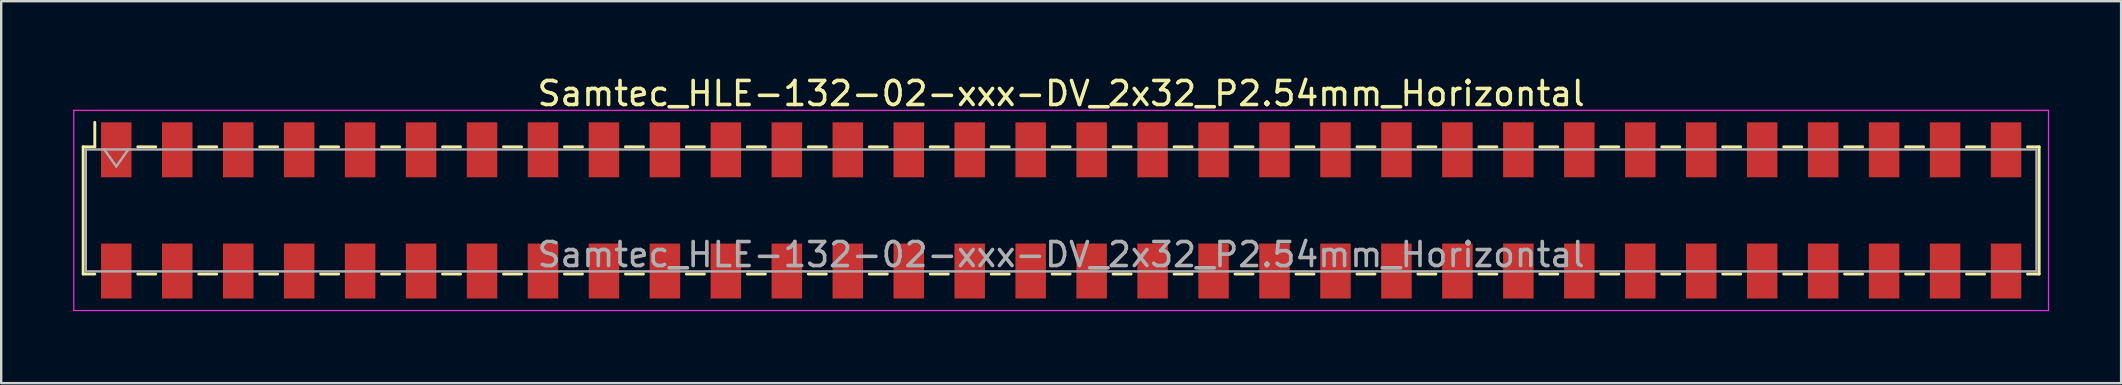
<source format=kicad_pcb>
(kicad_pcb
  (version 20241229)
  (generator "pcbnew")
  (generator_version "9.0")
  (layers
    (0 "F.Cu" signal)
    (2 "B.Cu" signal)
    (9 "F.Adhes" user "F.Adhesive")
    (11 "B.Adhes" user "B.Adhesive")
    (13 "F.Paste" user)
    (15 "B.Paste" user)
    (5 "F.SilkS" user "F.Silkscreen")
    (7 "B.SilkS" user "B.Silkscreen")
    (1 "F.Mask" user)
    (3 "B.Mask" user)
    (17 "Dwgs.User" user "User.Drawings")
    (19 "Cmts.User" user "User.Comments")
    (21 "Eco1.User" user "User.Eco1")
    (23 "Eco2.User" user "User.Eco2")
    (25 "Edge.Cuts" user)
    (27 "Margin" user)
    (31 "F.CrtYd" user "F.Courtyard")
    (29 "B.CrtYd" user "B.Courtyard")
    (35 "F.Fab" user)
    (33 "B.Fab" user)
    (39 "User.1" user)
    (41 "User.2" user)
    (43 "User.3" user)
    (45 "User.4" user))
  (footprint "Samtec_HLE-132-02-xxx-DV_2x32_P2.54mm_Horizontal"
    (layer "F.Cu")
    (at 41.165 5.718)
    (property "Reference" "Samtec_HLE-132-02-xxx-DV_2x32_P2.54mm_Horizontal" (at 0 -4.87 0) (layer "F.SilkS") (effects (font (size 1 1) (thickness 0.15))))
    (attr smd)
    (fp_line (start -40.75 -2.65) (end -40.75 2.65) (stroke (width 0.12) (type solid)) (layer "F.SilkS"))
    (fp_line (start -40.75 2.65) (end -40.265 2.65) (stroke (width 0.12) (type solid)) (layer "F.SilkS"))
    (fp_line (start -40.265 -3.67) (end -40.265 -2.65) (stroke (width 0.12) (type solid)) (layer "F.SilkS"))
    (fp_line (start -40.265 -2.65) (end -40.75 -2.65) (stroke (width 0.12) (type solid)) (layer "F.SilkS"))
    (fp_line (start -38.475 -2.65) (end -37.725 -2.65) (stroke (width 0.12) (type solid)) (layer "F.SilkS"))
    (fp_line (start -38.475 2.65) (end -37.725 2.65) (stroke (width 0.12) (type solid)) (layer "F.SilkS"))
    (fp_line (start -35.935 -2.65) (end -35.185 -2.65) (stroke (width 0.12) (type solid)) (layer "F.SilkS"))
    (fp_line (start -35.935 2.65) (end -35.185 2.65) (stroke (width 0.12) (type solid)) (layer "F.SilkS"))
    (fp_line (start -33.395 -2.65) (end -32.645 -2.65) (stroke (width 0.12) (type solid)) (layer "F.SilkS"))
    (fp_line (start -33.395 2.65) (end -32.645 2.65) (stroke (width 0.12) (type solid)) (layer "F.SilkS"))
    (fp_line (start -30.855 -2.65) (end -30.105 -2.65) (stroke (width 0.12) (type solid)) (layer "F.SilkS"))
    (fp_line (start -30.855 2.65) (end -30.105 2.65) (stroke (width 0.12) (type solid)) (layer "F.SilkS"))
    (fp_line (start -28.315 -2.65) (end -27.565 -2.65) (stroke (width 0.12) (type solid)) (layer "F.SilkS"))
    (fp_line (start -28.315 2.65) (end -27.565 2.65) (stroke (width 0.12) (type solid)) (layer "F.SilkS"))
    (fp_line (start -25.775 -2.65) (end -25.025 -2.65) (stroke (width 0.12) (type solid)) (layer "F.SilkS"))
    (fp_line (start -25.775 2.65) (end -25.025 2.65) (stroke (width 0.12) (type solid)) (layer "F.SilkS"))
    (fp_line (start -23.235 -2.65) (end -22.485 -2.65) (stroke (width 0.12) (type solid)) (layer "F.SilkS"))
    (fp_line (start -23.235 2.65) (end -22.485 2.65) (stroke (width 0.12) (type solid)) (layer "F.SilkS"))
    (fp_line (start -20.695 -2.65) (end -19.945 -2.65) (stroke (width 0.12) (type solid)) (layer "F.SilkS"))
    (fp_line (start -20.695 2.65) (end -19.945 2.65) (stroke (width 0.12) (type solid)) (layer "F.SilkS"))
    (fp_line (start -18.155 -2.65) (end -17.405 -2.65) (stroke (width 0.12) (type solid)) (layer "F.SilkS"))
    (fp_line (start -18.155 2.65) (end -17.405 2.65) (stroke (width 0.12) (type solid)) (layer "F.SilkS"))
    (fp_line (start -15.615 -2.65) (end -14.865 -2.65) (stroke (width 0.12) (type solid)) (layer "F.SilkS"))
    (fp_line (start -15.615 2.65) (end -14.865 2.65) (stroke (width 0.12) (type solid)) (layer "F.SilkS"))
    (fp_line (start -13.075 -2.65) (end -12.325 -2.65) (stroke (width 0.12) (type solid)) (layer "F.SilkS"))
    (fp_line (start -13.075 2.65) (end -12.325 2.65) (stroke (width 0.12) (type solid)) (layer "F.SilkS"))
    (fp_line (start -10.535 -2.65) (end -9.785 -2.65) (stroke (width 0.12) (type solid)) (layer "F.SilkS"))
    (fp_line (start -10.535 2.65) (end -9.785 2.65) (stroke (width 0.12) (type solid)) (layer "F.SilkS"))
    (fp_line (start -7.995 -2.65) (end -7.245 -2.65) (stroke (width 0.12) (type solid)) (layer "F.SilkS"))
    (fp_line (start -7.995 2.65) (end -7.245 2.65) (stroke (width 0.12) (type solid)) (layer "F.SilkS"))
    (fp_line (start -5.455 -2.65) (end -4.705 -2.65) (stroke (width 0.12) (type solid)) (layer "F.SilkS"))
    (fp_line (start -5.455 2.65) (end -4.705 2.65) (stroke (width 0.12) (type solid)) (layer "F.SilkS"))
    (fp_line (start -2.915 -2.65) (end -2.165 -2.65) (stroke (width 0.12) (type solid)) (layer "F.SilkS"))
    (fp_line (start -2.915 2.65) (end -2.165 2.65) (stroke (width 0.12) (type solid)) (layer "F.SilkS"))
    (fp_line (start -0.375 -2.65) (end 0.375 -2.65) (stroke (width 0.12) (type solid)) (layer "F.SilkS"))
    (fp_line (start -0.375 2.65) (end 0.375 2.65) (stroke (width 0.12) (type solid)) (layer "F.SilkS"))
    (fp_line (start 2.165 -2.65) (end 2.915 -2.65) (stroke (width 0.12) (type solid)) (layer "F.SilkS"))
    (fp_line (start 2.165 2.65) (end 2.915 2.65) (stroke (width 0.12) (type solid)) (layer "F.SilkS"))
    (fp_line (start 4.705 -2.65) (end 5.455 -2.65) (stroke (width 0.12) (type solid)) (layer "F.SilkS"))
    (fp_line (start 4.705 2.65) (end 5.455 2.65) (stroke (width 0.12) (type solid)) (layer "F.SilkS"))
    (fp_line (start 7.245 -2.65) (end 7.995 -2.65) (stroke (width 0.12) (type solid)) (layer "F.SilkS"))
    (fp_line (start 7.245 2.65) (end 7.995 2.65) (stroke (width 0.12) (type solid)) (layer "F.SilkS"))
    (fp_line (start 9.785 -2.65) (end 10.535 -2.65) (stroke (width 0.12) (type solid)) (layer "F.SilkS"))
    (fp_line (start 9.785 2.65) (end 10.535 2.65) (stroke (width 0.12) (type solid)) (layer "F.SilkS"))
    (fp_line (start 12.325 -2.65) (end 13.075 -2.65) (stroke (width 0.12) (type solid)) (layer "F.SilkS"))
    (fp_line (start 12.325 2.65) (end 13.075 2.65) (stroke (width 0.12) (type solid)) (layer "F.SilkS"))
    (fp_line (start 14.865 -2.65) (end 15.615 -2.65) (stroke (width 0.12) (type solid)) (layer "F.SilkS"))
    (fp_line (start 14.865 2.65) (end 15.615 2.65) (stroke (width 0.12) (type solid)) (layer "F.SilkS"))
    (fp_line (start 17.405 -2.65) (end 18.155 -2.65) (stroke (width 0.12) (type solid)) (layer "F.SilkS"))
    (fp_line (start 17.405 2.65) (end 18.155 2.65) (stroke (width 0.12) (type solid)) (layer "F.SilkS"))
    (fp_line (start 19.945 -2.65) (end 20.695 -2.65) (stroke (width 0.12) (type solid)) (layer "F.SilkS"))
    (fp_line (start 19.945 2.65) (end 20.695 2.65) (stroke (width 0.12) (type solid)) (layer "F.SilkS"))
    (fp_line (start 22.485 -2.65) (end 23.235 -2.65) (stroke (width 0.12) (type solid)) (layer "F.SilkS"))
    (fp_line (start 22.485 2.65) (end 23.235 2.65) (stroke (width 0.12) (type solid)) (layer "F.SilkS"))
    (fp_line (start 25.025 -2.65) (end 25.775 -2.65) (stroke (width 0.12) (type solid)) (layer "F.SilkS"))
    (fp_line (start 25.025 2.65) (end 25.775 2.65) (stroke (width 0.12) (type solid)) (layer "F.SilkS"))
    (fp_line (start 27.565 -2.65) (end 28.315 -2.65) (stroke (width 0.12) (type solid)) (layer "F.SilkS"))
    (fp_line (start 27.565 2.65) (end 28.315 2.65) (stroke (width 0.12) (type solid)) (layer "F.SilkS"))
    (fp_line (start 30.105 -2.65) (end 30.855 -2.65) (stroke (width 0.12) (type solid)) (layer "F.SilkS"))
    (fp_line (start 30.105 2.65) (end 30.855 2.65) (stroke (width 0.12) (type solid)) (layer "F.SilkS"))
    (fp_line (start 32.645 -2.65) (end 33.395 -2.65) (stroke (width 0.12) (type solid)) (layer "F.SilkS"))
    (fp_line (start 32.645 2.65) (end 33.395 2.65) (stroke (width 0.12) (type solid)) (layer "F.SilkS"))
    (fp_line (start 35.185 -2.65) (end 35.935 -2.65) (stroke (width 0.12) (type solid)) (layer "F.SilkS"))
    (fp_line (start 35.185 2.65) (end 35.935 2.65) (stroke (width 0.12) (type solid)) (layer "F.SilkS"))
    (fp_line (start 37.725 -2.65) (end 38.475 -2.65) (stroke (width 0.12) (type solid)) (layer "F.SilkS"))
    (fp_line (start 37.725 2.65) (end 38.475 2.65) (stroke (width 0.12) (type solid)) (layer "F.SilkS"))
    (fp_line (start 40.265 -2.65) (end 40.75 -2.65) (stroke (width 0.12) (type solid)) (layer "F.SilkS"))
    (fp_line (start 40.75 -2.65) (end 40.75 2.65) (stroke (width 0.12) (type solid)) (layer "F.SilkS"))
    (fp_line (start 40.75 2.65) (end 40.265 2.65) (stroke (width 0.12) (type solid)) (layer "F.SilkS"))
    (fp_line (start -41.14 -4.17) (end 41.14 -4.17) (stroke (width 0.05) (type solid)) (layer "F.CrtYd"))
    (fp_line (start -41.14 4.17) (end -41.14 -4.17) (stroke (width 0.05) (type solid)) (layer "F.CrtYd"))
    (fp_line (start 41.14 -4.17) (end 41.14 4.17) (stroke (width 0.05) (type solid)) (layer "F.CrtYd"))
    (fp_line (start 41.14 4.17) (end -41.14 4.17) (stroke (width 0.05) (type solid)) (layer "F.CrtYd"))
    (fp_line (start -40.64 -2.54) (end 40.64 -2.54) (stroke (width 0.1) (type solid)) (layer "F.Fab"))
    (fp_line (start -40.64 2.54) (end -40.64 -2.54) (stroke (width 0.1) (type solid)) (layer "F.Fab"))
    (fp_line (start -39.87 -2.54) (end -39.37 -1.833) (stroke (width 0.1) (type solid)) (layer "F.Fab"))
    (fp_line (start -39.37 -1.833) (end -38.87 -2.54) (stroke (width 0.1) (type solid)) (layer "F.Fab"))
    (fp_line (start 40.64 -2.54) (end 40.64 2.54) (stroke (width 0.1) (type solid)) (layer "F.Fab"))
    (fp_line (start 40.64 2.54) (end -40.64 2.54) (stroke (width 0.1) (type solid)) (layer "F.Fab"))
    (fp_text user "${REFERENCE}" (at 0 1.84 0) (layer "F.Fab") (effects (font (size 1 1) (thickness 0.15))))
    (pad "1" smd rect (at -39.37 -2.525) (size 1.27 2.29) (layers "F.Cu" "F.Mask" "F.Paste"))
    (pad "2" smd rect (at -39.37 2.525) (size 1.27 2.29) (layers "F.Cu" "F.Mask" "F.Paste"))
    (pad "3" smd rect (at -36.83 -2.525) (size 1.27 2.29) (layers "F.Cu" "F.Mask" "F.Paste"))
    (pad "4" smd rect (at -36.83 2.525) (size 1.27 2.29) (layers "F.Cu" "F.Mask" "F.Paste"))
    (pad "5" smd rect (at -34.29 -2.525) (size 1.27 2.29) (layers "F.Cu" "F.Mask" "F.Paste"))
    (pad "6" smd rect (at -34.29 2.525) (size 1.27 2.29) (layers "F.Cu" "F.Mask" "F.Paste"))
    (pad "7" smd rect (at -31.75 -2.525) (size 1.27 2.29) (layers "F.Cu" "F.Mask" "F.Paste"))
    (pad "8" smd rect (at -31.75 2.525) (size 1.27 2.29) (layers "F.Cu" "F.Mask" "F.Paste"))
    (pad "9" smd rect (at -29.21 -2.525) (size 1.27 2.29) (layers "F.Cu" "F.Mask" "F.Paste"))
    (pad "10" smd rect (at -29.21 2.525) (size 1.27 2.29) (layers "F.Cu" "F.Mask" "F.Paste"))
    (pad "11" smd rect (at -26.67 -2.525) (size 1.27 2.29) (layers "F.Cu" "F.Mask" "F.Paste"))
    (pad "12" smd rect (at -26.67 2.525) (size 1.27 2.29) (layers "F.Cu" "F.Mask" "F.Paste"))
    (pad "13" smd rect (at -24.13 -2.525) (size 1.27 2.29) (layers "F.Cu" "F.Mask" "F.Paste"))
    (pad "14" smd rect (at -24.13 2.525) (size 1.27 2.29) (layers "F.Cu" "F.Mask" "F.Paste"))
    (pad "15" smd rect (at -21.59 -2.525) (size 1.27 2.29) (layers "F.Cu" "F.Mask" "F.Paste"))
    (pad "16" smd rect (at -21.59 2.525) (size 1.27 2.29) (layers "F.Cu" "F.Mask" "F.Paste"))
    (pad "17" smd rect (at -19.05 -2.525) (size 1.27 2.29) (layers "F.Cu" "F.Mask" "F.Paste"))
    (pad "18" smd rect (at -19.05 2.525) (size 1.27 2.29) (layers "F.Cu" "F.Mask" "F.Paste"))
    (pad "19" smd rect (at -16.51 -2.525) (size 1.27 2.29) (layers "F.Cu" "F.Mask" "F.Paste"))
    (pad "20" smd rect (at -16.51 2.525) (size 1.27 2.29) (layers "F.Cu" "F.Mask" "F.Paste"))
    (pad "21" smd rect (at -13.97 -2.525) (size 1.27 2.29) (layers "F.Cu" "F.Mask" "F.Paste"))
    (pad "22" smd rect (at -13.97 2.525) (size 1.27 2.29) (layers "F.Cu" "F.Mask" "F.Paste"))
    (pad "23" smd rect (at -11.43 -2.525) (size 1.27 2.29) (layers "F.Cu" "F.Mask" "F.Paste"))
    (pad "24" smd rect (at -11.43 2.525) (size 1.27 2.29) (layers "F.Cu" "F.Mask" "F.Paste"))
    (pad "25" smd rect (at -8.89 -2.525) (size 1.27 2.29) (layers "F.Cu" "F.Mask" "F.Paste"))
    (pad "26" smd rect (at -8.89 2.525) (size 1.27 2.29) (layers "F.Cu" "F.Mask" "F.Paste"))
    (pad "27" smd rect (at -6.35 -2.525) (size 1.27 2.29) (layers "F.Cu" "F.Mask" "F.Paste"))
    (pad "28" smd rect (at -6.35 2.525) (size 1.27 2.29) (layers "F.Cu" "F.Mask" "F.Paste"))
    (pad "29" smd rect (at -3.81 -2.525) (size 1.27 2.29) (layers "F.Cu" "F.Mask" "F.Paste"))
    (pad "30" smd rect (at -3.81 2.525) (size 1.27 2.29) (layers "F.Cu" "F.Mask" "F.Paste"))
    (pad "31" smd rect (at -1.27 -2.525) (size 1.27 2.29) (layers "F.Cu" "F.Mask" "F.Paste"))
    (pad "32" smd rect (at -1.27 2.525) (size 1.27 2.29) (layers "F.Cu" "F.Mask" "F.Paste"))
    (pad "33" smd rect (at 1.27 -2.525) (size 1.27 2.29) (layers "F.Cu" "F.Mask" "F.Paste"))
    (pad "34" smd rect (at 1.27 2.525) (size 1.27 2.29) (layers "F.Cu" "F.Mask" "F.Paste"))
    (pad "35" smd rect (at 3.81 -2.525) (size 1.27 2.29) (layers "F.Cu" "F.Mask" "F.Paste"))
    (pad "36" smd rect (at 3.81 2.525) (size 1.27 2.29) (layers "F.Cu" "F.Mask" "F.Paste"))
    (pad "37" smd rect (at 6.35 -2.525) (size 1.27 2.29) (layers "F.Cu" "F.Mask" "F.Paste"))
    (pad "38" smd rect (at 6.35 2.525) (size 1.27 2.29) (layers "F.Cu" "F.Mask" "F.Paste"))
    (pad "39" smd rect (at 8.89 -2.525) (size 1.27 2.29) (layers "F.Cu" "F.Mask" "F.Paste"))
    (pad "40" smd rect (at 8.89 2.525) (size 1.27 2.29) (layers "F.Cu" "F.Mask" "F.Paste"))
    (pad "41" smd rect (at 11.43 -2.525) (size 1.27 2.29) (layers "F.Cu" "F.Mask" "F.Paste"))
    (pad "42" smd rect (at 11.43 2.525) (size 1.27 2.29) (layers "F.Cu" "F.Mask" "F.Paste"))
    (pad "43" smd rect (at 13.97 -2.525) (size 1.27 2.29) (layers "F.Cu" "F.Mask" "F.Paste"))
    (pad "44" smd rect (at 13.97 2.525) (size 1.27 2.29) (layers "F.Cu" "F.Mask" "F.Paste"))
    (pad "45" smd rect (at 16.51 -2.525) (size 1.27 2.29) (layers "F.Cu" "F.Mask" "F.Paste"))
    (pad "46" smd rect (at 16.51 2.525) (size 1.27 2.29) (layers "F.Cu" "F.Mask" "F.Paste"))
    (pad "47" smd rect (at 19.05 -2.525) (size 1.27 2.29) (layers "F.Cu" "F.Mask" "F.Paste"))
    (pad "48" smd rect (at 19.05 2.525) (size 1.27 2.29) (layers "F.Cu" "F.Mask" "F.Paste"))
    (pad "49" smd rect (at 21.59 -2.525) (size 1.27 2.29) (layers "F.Cu" "F.Mask" "F.Paste"))
    (pad "50" smd rect (at 21.59 2.525) (size 1.27 2.29) (layers "F.Cu" "F.Mask" "F.Paste"))
    (pad "51" smd rect (at 24.13 -2.525) (size 1.27 2.29) (layers "F.Cu" "F.Mask" "F.Paste"))
    (pad "52" smd rect (at 24.13 2.525) (size 1.27 2.29) (layers "F.Cu" "F.Mask" "F.Paste"))
    (pad "53" smd rect (at 26.67 -2.525) (size 1.27 2.29) (layers "F.Cu" "F.Mask" "F.Paste"))
    (pad "54" smd rect (at 26.67 2.525) (size 1.27 2.29) (layers "F.Cu" "F.Mask" "F.Paste"))
    (pad "55" smd rect (at 29.21 -2.525) (size 1.27 2.29) (layers "F.Cu" "F.Mask" "F.Paste"))
    (pad "56" smd rect (at 29.21 2.525) (size 1.27 2.29) (layers "F.Cu" "F.Mask" "F.Paste"))
    (pad "57" smd rect (at 31.75 -2.525) (size 1.27 2.29) (layers "F.Cu" "F.Mask" "F.Paste"))
    (pad "58" smd rect (at 31.75 2.525) (size 1.27 2.29) (layers "F.Cu" "F.Mask" "F.Paste"))
    (pad "59" smd rect (at 34.29 -2.525) (size 1.27 2.29) (layers "F.Cu" "F.Mask" "F.Paste"))
    (pad "60" smd rect (at 34.29 2.525) (size 1.27 2.29) (layers "F.Cu" "F.Mask" "F.Paste"))
    (pad "61" smd rect (at 36.83 -2.525) (size 1.27 2.29) (layers "F.Cu" "F.Mask" "F.Paste"))
    (pad "62" smd rect (at 36.83 2.525) (size 1.27 2.29) (layers "F.Cu" "F.Mask" "F.Paste"))
    (pad "63" smd rect (at 39.37 -2.525) (size 1.27 2.29) (layers "F.Cu" "F.Mask" "F.Paste"))
    (pad "64" smd rect (at 39.37 2.525) (size 1.27 2.29) (layers "F.Cu" "F.Mask" "F.Paste")))
  (gr_rect
    (start -3 -3)
    (end 85.33 12.913)
    (stroke (width 0.1) (type default))
    (fill no)
    (layer "Edge.Cuts")))
</source>
